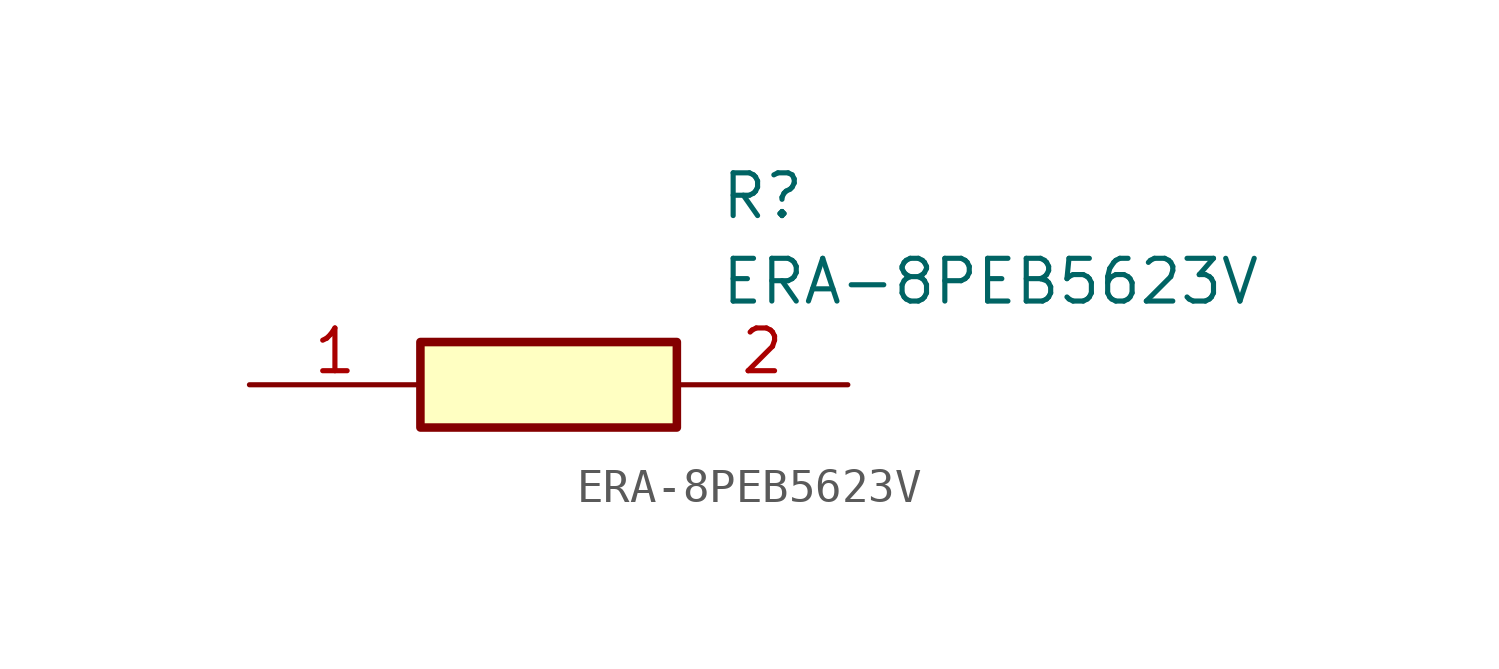
<source format=kicad_sym>
(kicad_symbol_lib
  (version 20211014)
  (generator SamacSys_ECAD_Model)
  (symbol "ERA-8PEB5623V"
    (pin_names hide)
    (property "Reference" "R"
      (at 13.97 6.35 0)
      (effects (font (size 1.27 1.27)) (justify left top)))
    (property "Value" "ERA-8PEB5623V"
      (at 13.97 3.81 0)
      (effects (font (size 1.27 1.27)) (justify left top)))
    (rectangle
      (start 5.08 1.27)
      (end 12.7 -1.27)
      (stroke (width 0.254) (type default))
      (fill (type background)))
    (pin passive line
      (at 0 0 0)
      (length 5.08)
      (name "1" (effects (font (size 1.27 1.27))))
      (number "1" (effects (font (size 1.27 1.27)))))
    (pin passive line
      (at 17.78 0 180)
      (length 5.08)
      (name "2" (effects (font (size 1.27 1.27))))
      (number "2" (effects (font (size 1.27 1.27)))))))
</source>
